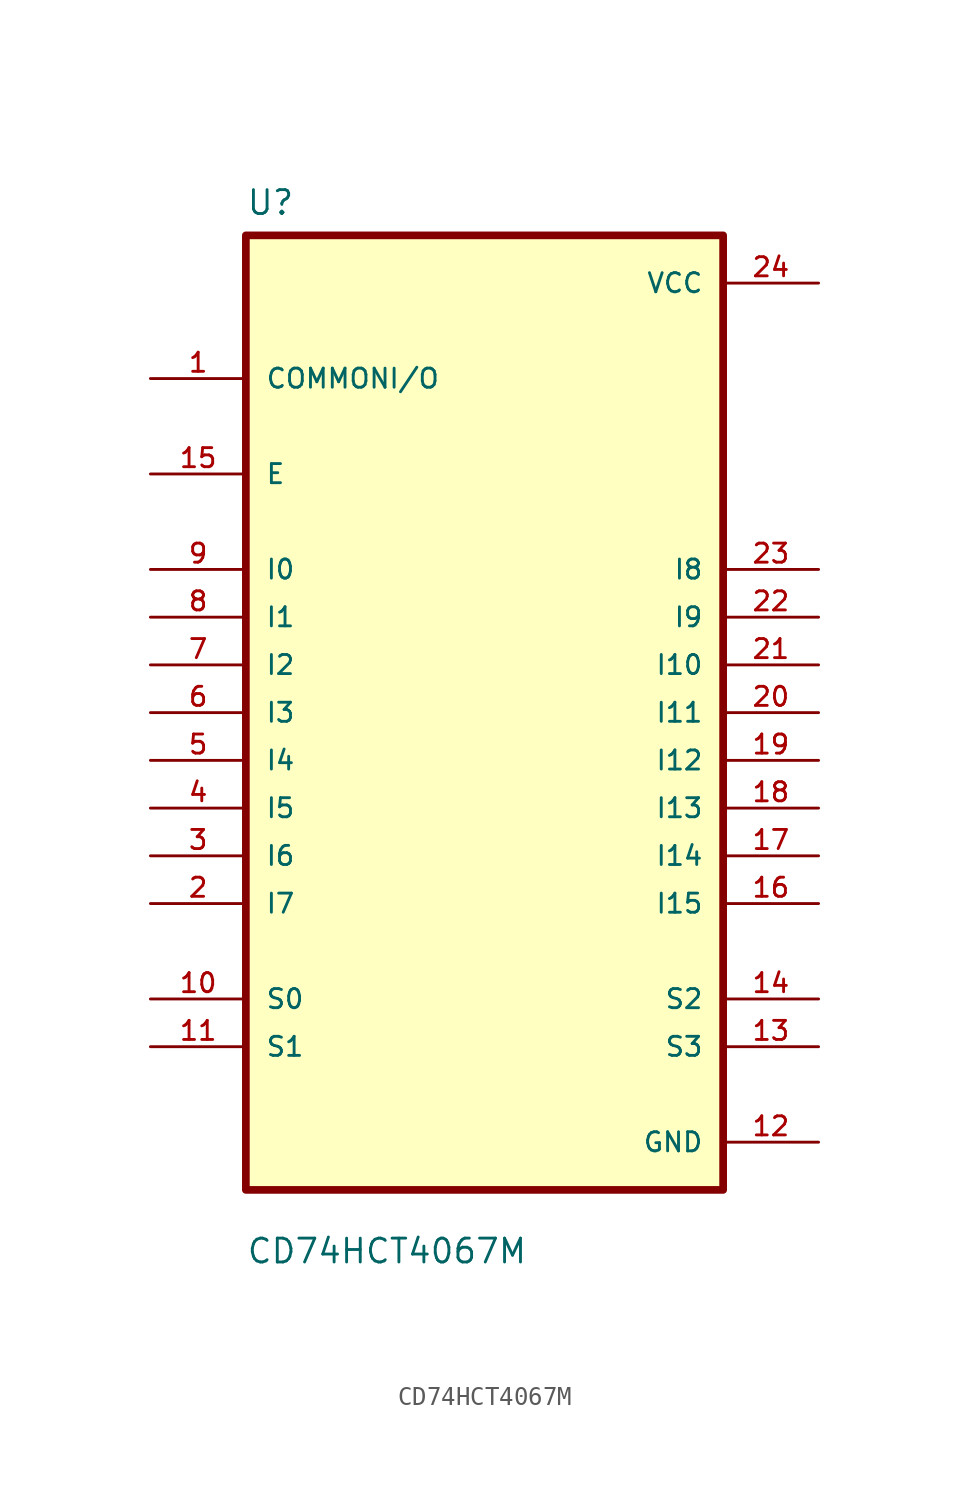
<source format=kicad_sym>
(kicad_symbol_lib
  (version 20211014)
  (generator kicad_symbol_editor)
  (symbol "CD74HCT4067M"
    (pin_names
      (offset 1.016))
    (property "Reference" "U"
      (at -12.7 26.4 0.0)
      (effects (font (size 1.27 1.27)) (justify bottom left)))
    (property "Value" "CD74HCT4067M"
      (at -12.7 -29.4 0.0)
      (effects (font (size 1.27 1.27)) (justify bottom left)))
    (symbol "CD74HCT4067M_0_0"
      (rectangle (start -12.7 -25.4) (end 12.7 25.4) (stroke (width 0.41)) (fill (type background)))
      (pin bidirectional line (at -17.78 17.78 0) (length 5.08) (name "COMMONI/O" (effects (font (size 1.016 1.016)))) (number "1" (effects (font (size 1.016 1.016)))))
      (pin bidirectional line (at -17.78 12.7 0) (length 5.08) (name "E" (effects (font (size 1.016 1.016)))) (number "15" (effects (font (size 1.016 1.016)))))
      (pin bidirectional line (at -17.78 7.62 0) (length 5.08) (name "I0" (effects (font (size 1.016 1.016)))) (number "9" (effects (font (size 1.016 1.016)))))
      (pin bidirectional line (at -17.78 5.08 0) (length 5.08) (name "I1" (effects (font (size 1.016 1.016)))) (number "8" (effects (font (size 1.016 1.016)))))
      (pin bidirectional line (at -17.78 2.54 0) (length 5.08) (name "I2" (effects (font (size 1.016 1.016)))) (number "7" (effects (font (size 1.016 1.016)))))
      (pin bidirectional line (at -17.78 3.55271e-15 0) (length 5.08) (name "I3" (effects (font (size 1.016 1.016)))) (number "6" (effects (font (size 1.016 1.016)))))
      (pin bidirectional line (at -17.78 -2.54 0) (length 5.08) (name "I4" (effects (font (size 1.016 1.016)))) (number "5" (effects (font (size 1.016 1.016)))))
      (pin bidirectional line (at -17.78 -5.08 0) (length 5.08) (name "I5" (effects (font (size 1.016 1.016)))) (number "4" (effects (font (size 1.016 1.016)))))
      (pin bidirectional line (at -17.78 -7.62 0) (length 5.08) (name "I6" (effects (font (size 1.016 1.016)))) (number "3" (effects (font (size 1.016 1.016)))))
      (pin bidirectional line (at -17.78 -10.16 0) (length 5.08) (name "I7" (effects (font (size 1.016 1.016)))) (number "2" (effects (font (size 1.016 1.016)))))
      (pin bidirectional line (at -17.78 -15.24 0) (length 5.08) (name "S0" (effects (font (size 1.016 1.016)))) (number "10" (effects (font (size 1.016 1.016)))))
      (pin bidirectional line (at -17.78 -17.78 0) (length 5.08) (name "S1" (effects (font (size 1.016 1.016)))) (number "11" (effects (font (size 1.016 1.016)))))
      (pin power_in line (at 17.78 22.86 180.0) (length 5.08) (name "VCC" (effects (font (size 1.016 1.016)))) (number "24" (effects (font (size 1.016 1.016)))))
      (pin bidirectional line (at 17.78 7.62 180.0) (length 5.08) (name "I8" (effects (font (size 1.016 1.016)))) (number "23" (effects (font (size 1.016 1.016)))))
      (pin bidirectional line (at 17.78 5.08 180.0) (length 5.08) (name "I9" (effects (font (size 1.016 1.016)))) (number "22" (effects (font (size 1.016 1.016)))))
      (pin bidirectional line (at 17.78 2.54 180.0) (length 5.08) (name "I10" (effects (font (size 1.016 1.016)))) (number "21" (effects (font (size 1.016 1.016)))))
      (pin bidirectional line (at 17.78 8.88178e-16 180.0) (length 5.08) (name "I11" (effects (font (size 1.016 1.016)))) (number "20" (effects (font (size 1.016 1.016)))))
      (pin bidirectional line (at 17.78 -2.54 180.0) (length 5.08) (name "I12" (effects (font (size 1.016 1.016)))) (number "19" (effects (font (size 1.016 1.016)))))
      (pin bidirectional line (at 17.78 -5.08 180.0) (length 5.08) (name "I13" (effects (font (size 1.016 1.016)))) (number "18" (effects (font (size 1.016 1.016)))))
      (pin bidirectional line (at 17.78 -7.62 180.0) (length 5.08) (name "I14" (effects (font (size 1.016 1.016)))) (number "17" (effects (font (size 1.016 1.016)))))
      (pin bidirectional line (at 17.78 -10.16 180.0) (length 5.08) (name "I15" (effects (font (size 1.016 1.016)))) (number "16" (effects (font (size 1.016 1.016)))))
      (pin bidirectional line (at 17.78 -15.24 180.0) (length 5.08) (name "S2" (effects (font (size 1.016 1.016)))) (number "14" (effects (font (size 1.016 1.016)))))
      (pin bidirectional line (at 17.78 -17.78 180.0) (length 5.08) (name "S3" (effects (font (size 1.016 1.016)))) (number "13" (effects (font (size 1.016 1.016)))))
      (pin power_in line (at 17.78 -22.86 180.0) (length 5.08) (name "GND" (effects (font (size 1.016 1.016)))) (number "12" (effects (font (size 1.016 1.016))))))))
</source>
